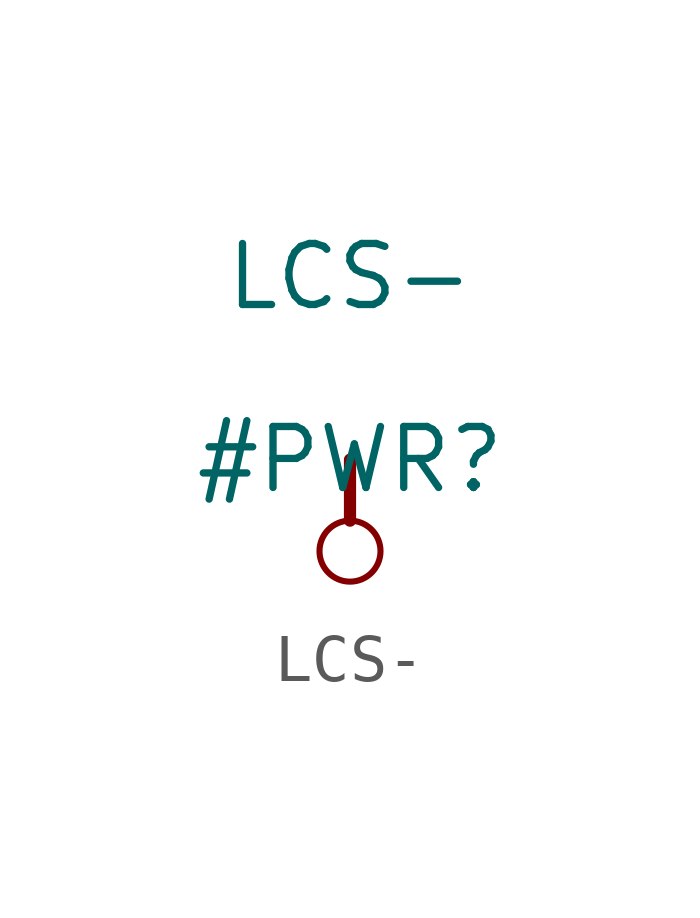
<source format=kicad_sym>
(kicad_symbol_lib
  (version 20211014)
  (generator kicad_symbol_editor)
  (symbol "LCS-"
    (power)
    (property "Reference" "#PWR"
      (at 0 0 0)
      (effects (font (size 1.27 1.27))))
    (property "Value" "LCS-"
      (at 0 3.81 0)
      (effects (font (size 1.27 1.27))))
    (symbol "LCS-_0_0"
      (circle (center 0 -1.905) (radius 0.635) (stroke (width 0.127) (type default) (color 0 0 0 0)) (fill (type none)))
      (polyline (pts (xy 0 0) (xy 0 -1.27)) (stroke (width 0.254) (type default) (color 0 0 0 0)) (fill (type none)))
      (pin power_in line (at 0 0 0) (length 0) hide (name "LCS-" (effects (font (size 1.27 1.27)))) (number "" (effects (font (size 1.27 1.27))))))))
</source>
